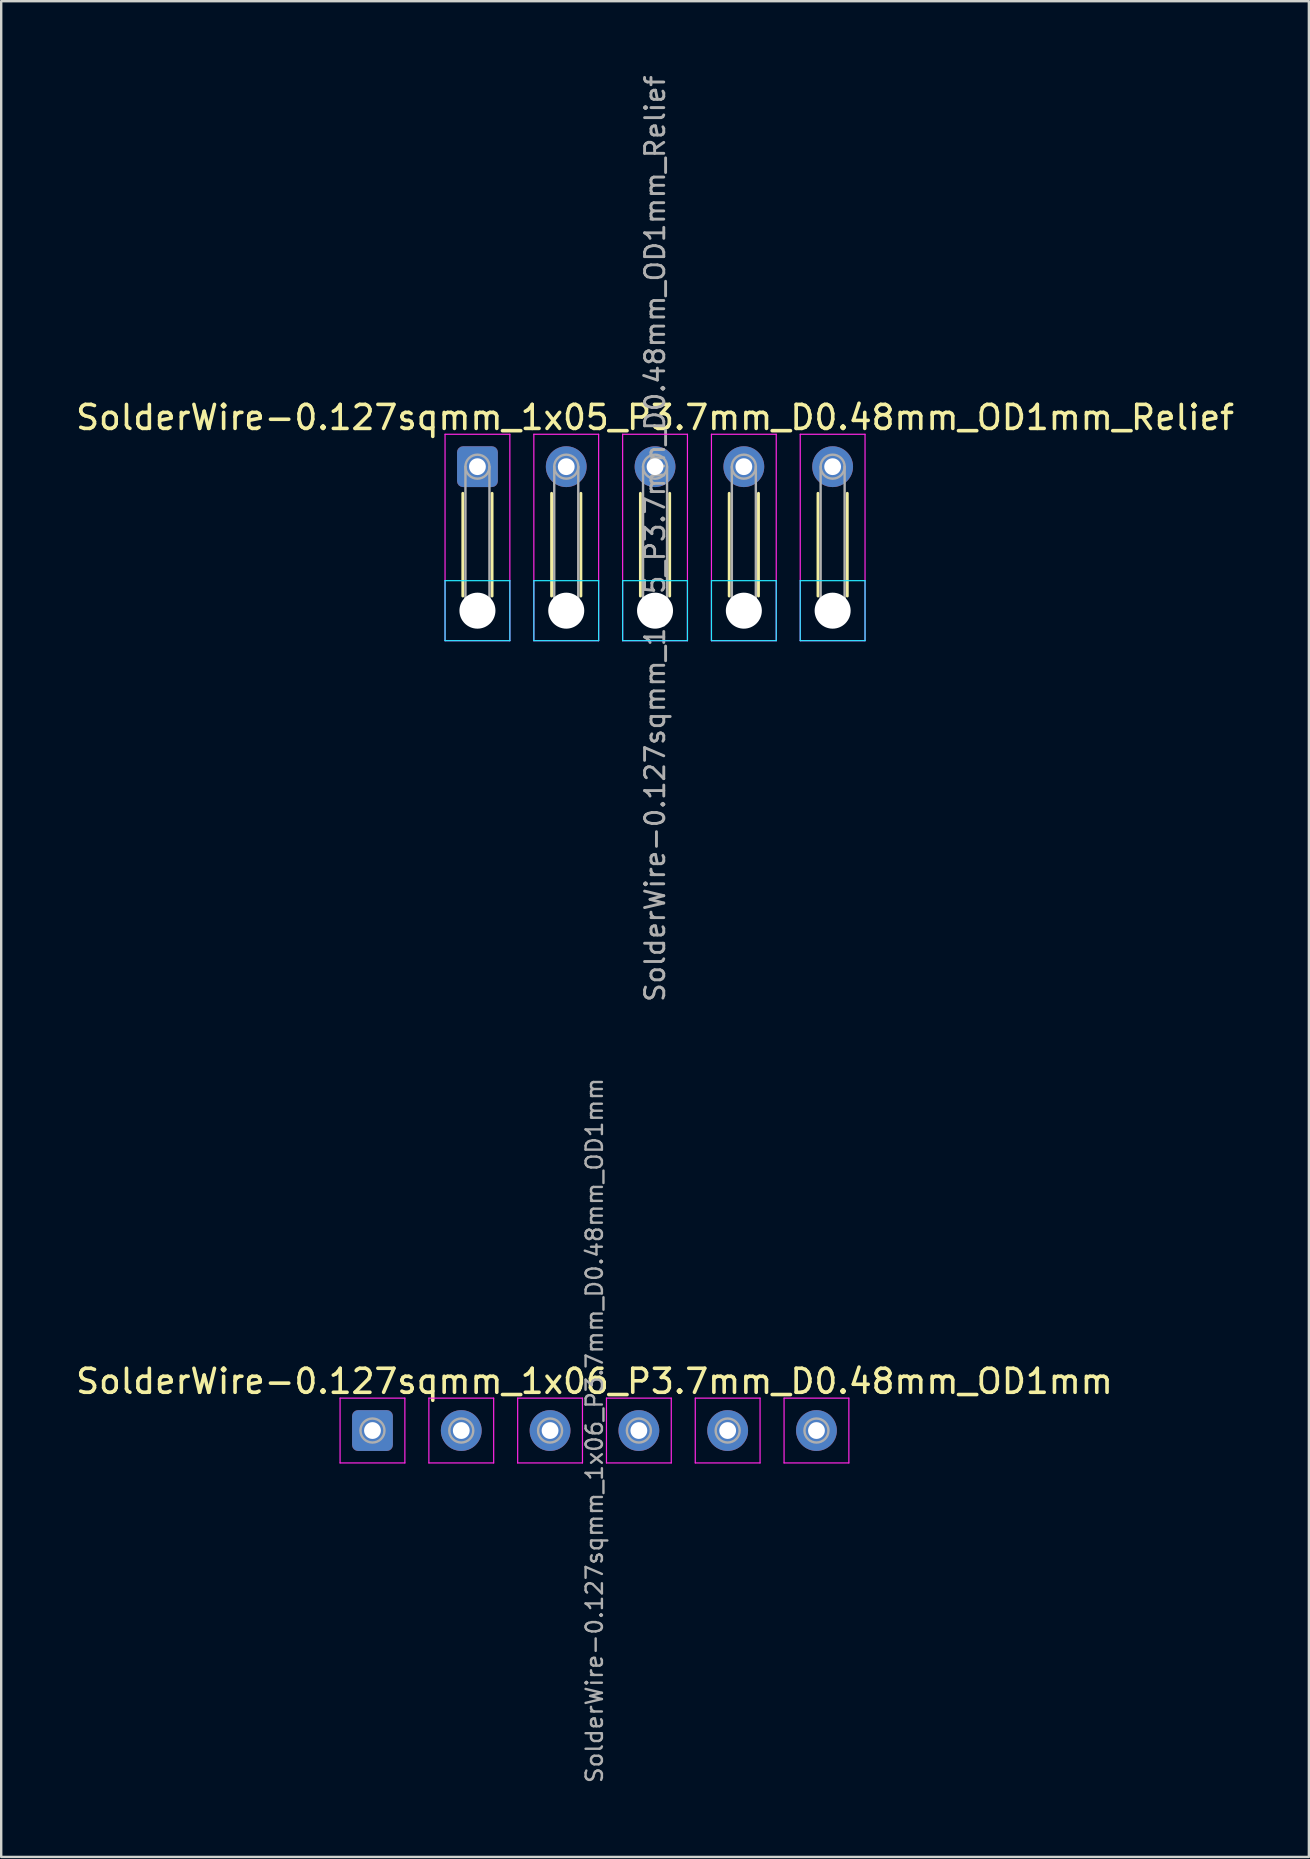
<source format=kicad_pcb>
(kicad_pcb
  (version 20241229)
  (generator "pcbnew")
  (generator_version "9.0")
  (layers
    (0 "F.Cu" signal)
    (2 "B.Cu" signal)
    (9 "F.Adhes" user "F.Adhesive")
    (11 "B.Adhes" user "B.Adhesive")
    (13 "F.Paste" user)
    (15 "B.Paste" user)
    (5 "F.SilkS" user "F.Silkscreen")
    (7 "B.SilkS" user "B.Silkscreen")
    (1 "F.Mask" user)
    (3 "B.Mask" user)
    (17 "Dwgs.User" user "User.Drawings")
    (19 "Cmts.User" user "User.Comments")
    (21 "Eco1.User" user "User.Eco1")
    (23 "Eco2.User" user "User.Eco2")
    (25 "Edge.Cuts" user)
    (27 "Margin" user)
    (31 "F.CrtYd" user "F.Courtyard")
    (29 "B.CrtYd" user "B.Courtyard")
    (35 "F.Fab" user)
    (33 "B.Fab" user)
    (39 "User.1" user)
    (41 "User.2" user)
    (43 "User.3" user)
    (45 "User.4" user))
  (footprint "SolderWire-0.127sqmm_1x05_P3.7mm_D0.48mm_OD1mm_Relief"
    (layer "F.Cu")
    (at 16.844 16.395)
    (property "Reference" "SolderWire-0.127sqmm_1x05_P3.7mm_D0.48mm_OD1mm_Relief" (at 7.4 -2.05 0) (layer "F.SilkS") (effects (font (size 1 1) (thickness 0.15))))
    (attr exclude_from_pos_files exclude_from_bom)
    (fp_line (start -0.61 1.11) (end -0.61 5.39) (stroke (width 0.12) (type solid)) (layer "F.SilkS"))
    (fp_line (start 0.61 1.11) (end 0.61 5.39) (stroke (width 0.12) (type solid)) (layer "F.SilkS"))
    (fp_line (start 3.09 1.11) (end 3.09 5.39) (stroke (width 0.12) (type solid)) (layer "F.SilkS"))
    (fp_line (start 4.31 1.11) (end 4.31 5.39) (stroke (width 0.12) (type solid)) (layer "F.SilkS"))
    (fp_line (start 6.79 1.11) (end 6.79 5.39) (stroke (width 0.12) (type solid)) (layer "F.SilkS"))
    (fp_line (start 8.01 1.11) (end 8.01 5.39) (stroke (width 0.12) (type solid)) (layer "F.SilkS"))
    (fp_line (start 10.49 1.11) (end 10.49 5.39) (stroke (width 0.12) (type solid)) (layer "F.SilkS"))
    (fp_line (start 11.71 1.11) (end 11.71 5.39) (stroke (width 0.12) (type solid)) (layer "F.SilkS"))
    (fp_line (start 14.19 1.11) (end 14.19 5.39) (stroke (width 0.12) (type solid)) (layer "F.SilkS"))
    (fp_line (start 15.41 1.11) (end 15.41 5.39) (stroke (width 0.12) (type solid)) (layer "F.SilkS"))
    (fp_line (start -1.35 4.75) (end -1.35 7.25) (stroke (width 0.05) (type solid)) (layer "B.CrtYd"))
    (fp_line (start -1.35 7.25) (end 1.35 7.25) (stroke (width 0.05) (type solid)) (layer "B.CrtYd"))
    (fp_line (start 1.35 4.75) (end -1.35 4.75) (stroke (width 0.05) (type solid)) (layer "B.CrtYd"))
    (fp_line (start 1.35 7.25) (end 1.35 4.75) (stroke (width 0.05) (type solid)) (layer "B.CrtYd"))
    (fp_line (start 2.35 4.75) (end 2.35 7.25) (stroke (width 0.05) (type solid)) (layer "B.CrtYd"))
    (fp_line (start 2.35 7.25) (end 5.05 7.25) (stroke (width 0.05) (type solid)) (layer "B.CrtYd"))
    (fp_line (start 5.05 4.75) (end 2.35 4.75) (stroke (width 0.05) (type solid)) (layer "B.CrtYd"))
    (fp_line (start 5.05 7.25) (end 5.05 4.75) (stroke (width 0.05) (type solid)) (layer "B.CrtYd"))
    (fp_line (start 6.05 4.75) (end 6.05 7.25) (stroke (width 0.05) (type solid)) (layer "B.CrtYd"))
    (fp_line (start 6.05 7.25) (end 8.75 7.25) (stroke (width 0.05) (type solid)) (layer "B.CrtYd"))
    (fp_line (start 8.75 4.75) (end 6.05 4.75) (stroke (width 0.05) (type solid)) (layer "B.CrtYd"))
    (fp_line (start 8.75 7.25) (end 8.75 4.75) (stroke (width 0.05) (type solid)) (layer "B.CrtYd"))
    (fp_line (start 9.75 4.75) (end 9.75 7.25) (stroke (width 0.05) (type solid)) (layer "B.CrtYd"))
    (fp_line (start 9.75 7.25) (end 12.45 7.25) (stroke (width 0.05) (type solid)) (layer "B.CrtYd"))
    (fp_line (start 12.45 4.75) (end 9.75 4.75) (stroke (width 0.05) (type solid)) (layer "B.CrtYd"))
    (fp_line (start 12.45 7.25) (end 12.45 4.75) (stroke (width 0.05) (type solid)) (layer "B.CrtYd"))
    (fp_line (start 13.45 4.75) (end 13.45 7.25) (stroke (width 0.05) (type solid)) (layer "B.CrtYd"))
    (fp_line (start 13.45 7.25) (end 16.15 7.25) (stroke (width 0.05) (type solid)) (layer "B.CrtYd"))
    (fp_line (start 16.15 4.75) (end 13.45 4.75) (stroke (width 0.05) (type solid)) (layer "B.CrtYd"))
    (fp_line (start 16.15 7.25) (end 16.15 4.75) (stroke (width 0.05) (type solid)) (layer "B.CrtYd"))
    (fp_line (start -1.35 -1.35) (end -1.35 7.25) (stroke (width 0.05) (type solid)) (layer "F.CrtYd"))
    (fp_line (start -1.35 7.25) (end 1.35 7.25) (stroke (width 0.05) (type solid)) (layer "F.CrtYd"))
    (fp_line (start 1.35 -1.35) (end -1.35 -1.35) (stroke (width 0.05) (type solid)) (layer "F.CrtYd"))
    (fp_line (start 1.35 7.25) (end 1.35 -1.35) (stroke (width 0.05) (type solid)) (layer "F.CrtYd"))
    (fp_line (start 2.35 -1.35) (end 2.35 7.25) (stroke (width 0.05) (type solid)) (layer "F.CrtYd"))
    (fp_line (start 2.35 7.25) (end 5.05 7.25) (stroke (width 0.05) (type solid)) (layer "F.CrtYd"))
    (fp_line (start 5.05 -1.35) (end 2.35 -1.35) (stroke (width 0.05) (type solid)) (layer "F.CrtYd"))
    (fp_line (start 5.05 7.25) (end 5.05 -1.35) (stroke (width 0.05) (type solid)) (layer "F.CrtYd"))
    (fp_line (start 6.05 -1.35) (end 6.05 7.25) (stroke (width 0.05) (type solid)) (layer "F.CrtYd"))
    (fp_line (start 6.05 7.25) (end 8.75 7.25) (stroke (width 0.05) (type solid)) (layer "F.CrtYd"))
    (fp_line (start 8.75 -1.35) (end 6.05 -1.35) (stroke (width 0.05) (type solid)) (layer "F.CrtYd"))
    (fp_line (start 8.75 7.25) (end 8.75 -1.35) (stroke (width 0.05) (type solid)) (layer "F.CrtYd"))
    (fp_line (start 9.75 -1.35) (end 9.75 7.25) (stroke (width 0.05) (type solid)) (layer "F.CrtYd"))
    (fp_line (start 9.75 7.25) (end 12.45 7.25) (stroke (width 0.05) (type solid)) (layer "F.CrtYd"))
    (fp_line (start 12.45 -1.35) (end 9.75 -1.35) (stroke (width 0.05) (type solid)) (layer "F.CrtYd"))
    (fp_line (start 12.45 7.25) (end 12.45 -1.35) (stroke (width 0.05) (type solid)) (layer "F.CrtYd"))
    (fp_line (start 13.45 -1.35) (end 13.45 7.25) (stroke (width 0.05) (type solid)) (layer "F.CrtYd"))
    (fp_line (start 13.45 7.25) (end 16.15 7.25) (stroke (width 0.05) (type solid)) (layer "F.CrtYd"))
    (fp_line (start 16.15 -1.35) (end 13.45 -1.35) (stroke (width 0.05) (type solid)) (layer "F.CrtYd"))
    (fp_line (start 16.15 7.25) (end 16.15 -1.35) (stroke (width 0.05) (type solid)) (layer "F.CrtYd"))
    (fp_line (start -0.5 0) (end -0.5 6) (stroke (width 0.1) (type solid)) (layer "F.Fab"))
    (fp_line (start 0.5 0) (end 0.5 6) (stroke (width 0.1) (type solid)) (layer "F.Fab"))
    (fp_line (start 3.2 0) (end 3.2 6) (stroke (width 0.1) (type solid)) (layer "F.Fab"))
    (fp_line (start 4.2 0) (end 4.2 6) (stroke (width 0.1) (type solid)) (layer "F.Fab"))
    (fp_line (start 6.9 0) (end 6.9 6) (stroke (width 0.1) (type solid)) (layer "F.Fab"))
    (fp_line (start 7.9 0) (end 7.9 6) (stroke (width 0.1) (type solid)) (layer "F.Fab"))
    (fp_line (start 10.6 0) (end 10.6 6) (stroke (width 0.1) (type solid)) (layer "F.Fab"))
    (fp_line (start 11.6 0) (end 11.6 6) (stroke (width 0.1) (type solid)) (layer "F.Fab"))
    (fp_line (start 14.3 0) (end 14.3 6) (stroke (width 0.1) (type solid)) (layer "F.Fab"))
    (fp_line (start 15.3 0) (end 15.3 6) (stroke (width 0.1) (type solid)) (layer "F.Fab"))
    (fp_circle (center 0 0) (end 0.5 0) (stroke (width 0.1) (type solid)) (fill no) (layer "F.Fab"))
    (fp_circle (center 0 6) (end 0.5 6) (stroke (width 0.1) (type solid)) (fill no) (layer "F.Fab"))
    (fp_circle (center 3.7 0) (end 4.2 0) (stroke (width 0.1) (type solid)) (fill no) (layer "F.Fab"))
    (fp_circle (center 3.7 6) (end 4.2 6) (stroke (width 0.1) (type solid)) (fill no) (layer "F.Fab"))
    (fp_circle (center 7.4 0) (end 7.9 0) (stroke (width 0.1) (type solid)) (fill no) (layer "F.Fab"))
    (fp_circle (center 7.4 6) (end 7.9 6) (stroke (width 0.1) (type solid)) (fill no) (layer "F.Fab"))
    (fp_circle (center 11.1 0) (end 11.6 0) (stroke (width 0.1) (type solid)) (fill no) (layer "F.Fab"))
    (fp_circle (center 11.1 6) (end 11.6 6) (stroke (width 0.1) (type solid)) (fill no) (layer "F.Fab"))
    (fp_circle (center 14.8 0) (end 15.3 0) (stroke (width 0.1) (type solid)) (fill no) (layer "F.Fab"))
    (fp_circle (center 14.8 6) (end 15.3 6) (stroke (width 0.1) (type solid)) (fill no) (layer "F.Fab"))
    (fp_text user "${REFERENCE}" (at 7.4 3 90) (layer "F.Fab") (effects (font (size 0.8 0.8) (thickness 0.12))))
    (pad "" np_thru_hole circle (at 0 6) (size 1.5 1.5) (drill 1.5) (layers "*.Cu" "*.Mask"))
    (pad "" np_thru_hole circle (at 3.7 6) (size 1.5 1.5) (drill 1.5) (layers "*.Cu" "*.Mask"))
    (pad "" np_thru_hole circle (at 7.4 6) (size 1.5 1.5) (drill 1.5) (layers "*.Cu" "*.Mask"))
    (pad "" np_thru_hole circle (at 11.1 6) (size 1.5 1.5) (drill 1.5) (layers "*.Cu" "*.Mask"))
    (pad "" np_thru_hole circle (at 14.8 6) (size 1.5 1.5) (drill 1.5) (layers "*.Cu" "*.Mask"))
    (pad "1" thru_hole roundrect (at 0 0) (size 1.7 1.7) (drill 0.7) (layers "*.Cu" "*.Mask") (roundrect_rratio 0.147))
    (pad "2" thru_hole circle (at 3.7 0) (size 1.7 1.7) (drill 0.7) (layers "*.Cu" "*.Mask"))
    (pad "3" thru_hole circle (at 7.4 0) (size 1.7 1.7) (drill 0.7) (layers "*.Cu" "*.Mask"))
    (pad "4" thru_hole circle (at 11.1 0) (size 1.7 1.7) (drill 0.7) (layers "*.Cu" "*.Mask"))
    (pad "5" thru_hole circle (at 14.8 0) (size 1.7 1.7) (drill 0.7) (layers "*.Cu" "*.Mask")))
  (footprint "SolderWire-0.127sqmm_1x06_P3.7mm_D0.48mm_OD1mm"
    (layer "F.Cu")
    (at 12.47 56.557)
    (property "Reference" "SolderWire-0.127sqmm_1x06_P3.7mm_D0.48mm_OD1mm" (at 9.25 -2.05 0) (layer "F.SilkS") (effects (font (size 1 1) (thickness 0.15))))
    (attr exclude_from_pos_files exclude_from_bom)
    (fp_line (start -1.35 -1.35) (end -1.35 1.35) (stroke (width 0.05) (type solid)) (layer "F.CrtYd"))
    (fp_line (start -1.35 1.35) (end 1.35 1.35) (stroke (width 0.05) (type solid)) (layer "F.CrtYd"))
    (fp_line (start 1.35 -1.35) (end -1.35 -1.35) (stroke (width 0.05) (type solid)) (layer "F.CrtYd"))
    (fp_line (start 1.35 1.35) (end 1.35 -1.35) (stroke (width 0.05) (type solid)) (layer "F.CrtYd"))
    (fp_line (start 2.35 -1.35) (end 2.35 1.35) (stroke (width 0.05) (type solid)) (layer "F.CrtYd"))
    (fp_line (start 2.35 1.35) (end 5.05 1.35) (stroke (width 0.05) (type solid)) (layer "F.CrtYd"))
    (fp_line (start 5.05 -1.35) (end 2.35 -1.35) (stroke (width 0.05) (type solid)) (layer "F.CrtYd"))
    (fp_line (start 5.05 1.35) (end 5.05 -1.35) (stroke (width 0.05) (type solid)) (layer "F.CrtYd"))
    (fp_line (start 6.05 -1.35) (end 6.05 1.35) (stroke (width 0.05) (type solid)) (layer "F.CrtYd"))
    (fp_line (start 6.05 1.35) (end 8.75 1.35) (stroke (width 0.05) (type solid)) (layer "F.CrtYd"))
    (fp_line (start 8.75 -1.35) (end 6.05 -1.35) (stroke (width 0.05) (type solid)) (layer "F.CrtYd"))
    (fp_line (start 8.75 1.35) (end 8.75 -1.35) (stroke (width 0.05) (type solid)) (layer "F.CrtYd"))
    (fp_line (start 9.75 -1.35) (end 9.75 1.35) (stroke (width 0.05) (type solid)) (layer "F.CrtYd"))
    (fp_line (start 9.75 1.35) (end 12.45 1.35) (stroke (width 0.05) (type solid)) (layer "F.CrtYd"))
    (fp_line (start 12.45 -1.35) (end 9.75 -1.35) (stroke (width 0.05) (type solid)) (layer "F.CrtYd"))
    (fp_line (start 12.45 1.35) (end 12.45 -1.35) (stroke (width 0.05) (type solid)) (layer "F.CrtYd"))
    (fp_line (start 13.45 -1.35) (end 13.45 1.35) (stroke (width 0.05) (type solid)) (layer "F.CrtYd"))
    (fp_line (start 13.45 1.35) (end 16.15 1.35) (stroke (width 0.05) (type solid)) (layer "F.CrtYd"))
    (fp_line (start 16.15 -1.35) (end 13.45 -1.35) (stroke (width 0.05) (type solid)) (layer "F.CrtYd"))
    (fp_line (start 16.15 1.35) (end 16.15 -1.35) (stroke (width 0.05) (type solid)) (layer "F.CrtYd"))
    (fp_line (start 17.15 -1.35) (end 17.15 1.35) (stroke (width 0.05) (type solid)) (layer "F.CrtYd"))
    (fp_line (start 17.15 1.35) (end 19.85 1.35) (stroke (width 0.05) (type solid)) (layer "F.CrtYd"))
    (fp_line (start 19.85 -1.35) (end 17.15 -1.35) (stroke (width 0.05) (type solid)) (layer "F.CrtYd"))
    (fp_line (start 19.85 1.35) (end 19.85 -1.35) (stroke (width 0.05) (type solid)) (layer "F.CrtYd"))
    (fp_circle (center 0 0) (end 0.5 0) (stroke (width 0.1) (type solid)) (fill no) (layer "F.Fab"))
    (fp_circle (center 3.7 0) (end 4.2 0) (stroke (width 0.1) (type solid)) (fill no) (layer "F.Fab"))
    (fp_circle (center 7.4 0) (end 7.9 0) (stroke (width 0.1) (type solid)) (fill no) (layer "F.Fab"))
    (fp_circle (center 11.1 0) (end 11.6 0) (stroke (width 0.1) (type solid)) (fill no) (layer "F.Fab"))
    (fp_circle (center 14.8 0) (end 15.3 0) (stroke (width 0.1) (type solid)) (fill no) (layer "F.Fab"))
    (fp_circle (center 18.5 0) (end 19 0) (stroke (width 0.1) (type solid)) (fill no) (layer "F.Fab"))
    (fp_text user "${REFERENCE}" (at 9.25 0 90) (layer "F.Fab") (effects (font (size 0.68 0.68) (thickness 0.1))))
    (pad "1" thru_hole roundrect (at 0 0) (size 1.7 1.7) (drill 0.7) (layers "*.Cu" "*.Mask") (roundrect_rratio 0.147))
    (pad "2" thru_hole circle (at 3.7 0) (size 1.7 1.7) (drill 0.7) (layers "*.Cu" "*.Mask"))
    (pad "3" thru_hole circle (at 7.4 0) (size 1.7 1.7) (drill 0.7) (layers "*.Cu" "*.Mask"))
    (pad "4" thru_hole circle (at 11.1 0) (size 1.7 1.7) (drill 0.7) (layers "*.Cu" "*.Mask"))
    (pad "5" thru_hole circle (at 14.8 0) (size 1.7 1.7) (drill 0.7) (layers "*.Cu" "*.Mask"))
    (pad "6" thru_hole circle (at 18.5 0) (size 1.7 1.7) (drill 0.7) (layers "*.Cu" "*.Mask")))
  (gr_rect
    (start -3 -3)
    (end 51.488 74.324)
    (stroke (width 0.1) (type default))
    (fill no)
    (layer "Edge.Cuts")))
</source>
